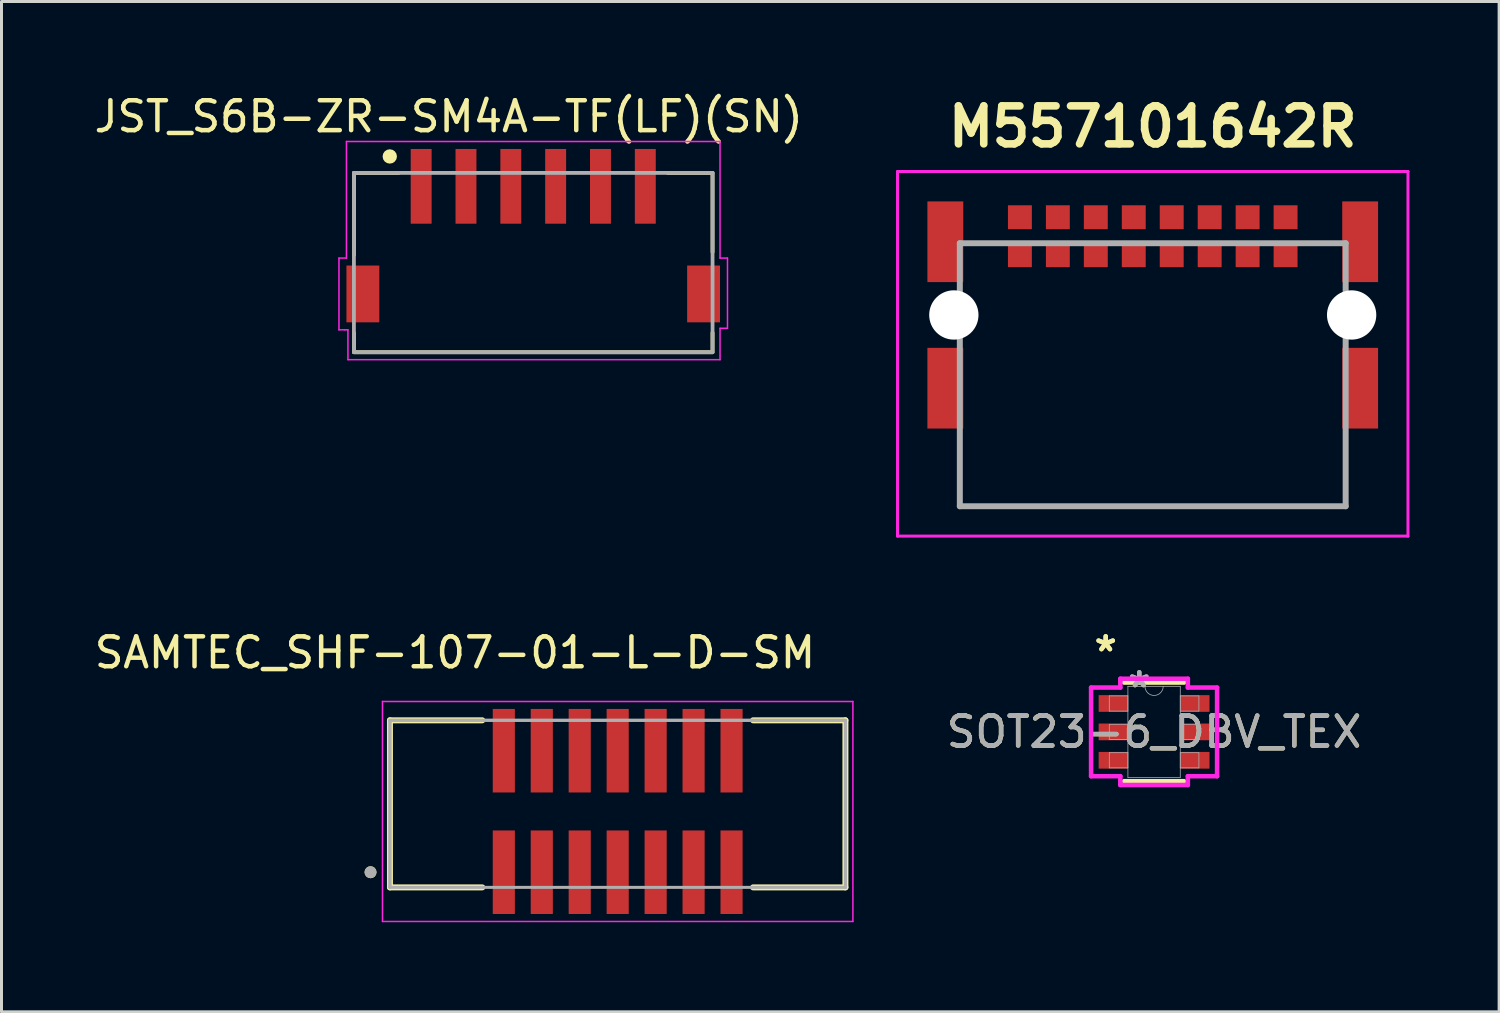
<source format=kicad_pcb>
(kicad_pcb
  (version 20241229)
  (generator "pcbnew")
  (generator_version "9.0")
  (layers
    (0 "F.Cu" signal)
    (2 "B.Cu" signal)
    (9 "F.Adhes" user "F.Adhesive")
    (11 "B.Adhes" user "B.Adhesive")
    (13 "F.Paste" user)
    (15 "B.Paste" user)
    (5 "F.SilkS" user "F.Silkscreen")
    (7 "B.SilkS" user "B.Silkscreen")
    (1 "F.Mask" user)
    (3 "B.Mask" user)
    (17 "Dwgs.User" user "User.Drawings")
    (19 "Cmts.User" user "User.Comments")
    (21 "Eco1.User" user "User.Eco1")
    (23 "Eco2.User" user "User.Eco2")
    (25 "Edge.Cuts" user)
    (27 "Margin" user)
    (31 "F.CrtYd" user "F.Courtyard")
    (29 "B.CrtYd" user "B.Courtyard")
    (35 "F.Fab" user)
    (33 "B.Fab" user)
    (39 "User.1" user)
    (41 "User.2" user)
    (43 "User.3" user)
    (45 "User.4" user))
  (footprint "M557101642R"
    (layer "F.Cu")
    (at 35.521 13.889)
    (property "Reference" "M557101642R" (at 0 -12.7 0) (layer "F.SilkS") (effects (font (size 1.27 1.27) (thickness 0.254))))
    (attr through_hole)
    (fp_line (start -6.455 -2) (end -6.455 0) (stroke (width 0.1) (type solid)) (layer "F.SilkS"))
    (fp_line (start -6.455 0) (end 6.455 0) (stroke (width 0.1) (type solid)) (layer "F.SilkS"))
    (fp_line (start 6.455 0) (end 6.455 -2) (stroke (width 0.1) (type solid)) (layer "F.SilkS"))
    (fp_line (start -8.54 -11.2) (end 8.54 -11.2) (stroke (width 0.1) (type solid)) (layer "F.CrtYd"))
    (fp_line (start -8.54 1) (end -8.54 -11.2) (stroke (width 0.1) (type solid)) (layer "F.CrtYd"))
    (fp_line (start 8.54 -11.2) (end 8.54 1) (stroke (width 0.1) (type solid)) (layer "F.CrtYd"))
    (fp_line (start 8.54 1) (end -8.54 1) (stroke (width 0.1) (type solid)) (layer "F.CrtYd"))
    (fp_line (start -6.455 -8.8) (end 6.455 -8.8) (stroke (width 0.2) (type solid)) (layer "F.Fab"))
    (fp_line (start -6.455 0) (end -6.455 -8.8) (stroke (width 0.2) (type solid)) (layer "F.Fab"))
    (fp_line (start 6.455 -8.8) (end 6.455 0) (stroke (width 0.2) (type solid)) (layer "F.Fab"))
    (fp_line (start 6.455 0) (end -6.455 0) (stroke (width 0.2) (type solid)) (layer "F.Fab"))
    (pad "" np_thru_hole circle (at -6.655 -6.4) (size 1.65 1.65) (drill 1.65) (layers "*.Cu" "*.Mask"))
    (pad "" np_thru_hole circle (at 6.655 -6.4) (size 1.65 1.65) (drill 1.65) (layers "*.Cu" "*.Mask"))
    (pad "A1" smd rect (at 4.445 -8.4 90) (size 0.8 0.8) (layers "F.Cu" "F.Mask" "F.Paste"))
    (pad "A2" smd rect (at 3.175 -8.4 90) (size 0.8 0.8) (layers "F.Cu" "F.Mask" "F.Paste"))
    (pad "A3" smd rect (at 1.905 -8.4 90) (size 0.8 0.8) (layers "F.Cu" "F.Mask" "F.Paste"))
    (pad "A4" smd rect (at 0.635 -8.4 90) (size 0.8 0.8) (layers "F.Cu" "F.Mask" "F.Paste"))
    (pad "A5" smd rect (at -0.635 -8.4 90) (size 0.8 0.8) (layers "F.Cu" "F.Mask" "F.Paste"))
    (pad "A6" smd rect (at -1.905 -8.4 90) (size 0.8 0.8) (layers "F.Cu" "F.Mask" "F.Paste"))
    (pad "A7" smd rect (at -3.175 -8.4 90) (size 0.8 0.8) (layers "F.Cu" "F.Mask" "F.Paste"))
    (pad "A8" smd rect (at -4.445 -8.4 90) (size 0.8 0.8) (layers "F.Cu" "F.Mask" "F.Paste"))
    (pad "B1" smd rect (at 4.445 -9.67 90) (size 0.8 0.8) (layers "F.Cu" "F.Mask" "F.Paste"))
    (pad "B2" smd rect (at 3.175 -9.67 90) (size 0.8 0.8) (layers "F.Cu" "F.Mask" "F.Paste"))
    (pad "B3" smd rect (at 1.905 -9.67 90) (size 0.8 0.8) (layers "F.Cu" "F.Mask" "F.Paste"))
    (pad "B4" smd rect (at 0.635 -9.67 90) (size 0.8 0.8) (layers "F.Cu" "F.Mask" "F.Paste"))
    (pad "B5" smd rect (at -0.635 -9.67 90) (size 0.8 0.8) (layers "F.Cu" "F.Mask" "F.Paste"))
    (pad "B6" smd rect (at -1.905 -9.67 90) (size 0.8 0.8) (layers "F.Cu" "F.Mask" "F.Paste"))
    (pad "B7" smd rect (at -3.175 -9.67 90) (size 0.8 0.8) (layers "F.Cu" "F.Mask" "F.Paste"))
    (pad "B8" smd rect (at -4.445 -9.67 90) (size 0.8 0.8) (layers "F.Cu" "F.Mask" "F.Paste"))
    (pad "MP1" smd rect (at -6.94 -8.85) (size 1.2 2.7) (layers "F.Cu" "F.Mask" "F.Paste"))
    (pad "MP2" smd rect (at -6.94 -3.95) (size 1.2 2.7) (layers "F.Cu" "F.Mask" "F.Paste"))
    (pad "MP3" smd rect (at 6.94 -3.95) (size 1.2 2.7) (layers "F.Cu" "F.Mask" "F.Paste"))
    (pad "MP4" smd rect (at 6.94 -8.85) (size 1.2 2.7) (layers "F.Cu" "F.Mask" "F.Paste")))
  (footprint "SAMTEC_SHF-107-01-L-D-SM"
    (layer "F.Cu")
    (at 17.618 24.102)
    (property "Reference" "SAMTEC_SHF-107-01-L-D-SM" (at -5.445 -5.315 0) (layer "F.SilkS") (effects (font (size 1 1) (thickness 0.15))))
    (attr smd)
    (fp_line (start -7.62 -3.05) (end -4.53 -3.05) (stroke (width 0.2) (type solid)) (layer "F.SilkS"))
    (fp_line (start -7.62 2.54) (end -7.62 -3.05) (stroke (width 0.2) (type solid)) (layer "F.SilkS"))
    (fp_line (start -4.53 2.54) (end -7.62 2.54) (stroke (width 0.2) (type solid)) (layer "F.SilkS"))
    (fp_line (start 4.53 -3.05) (end 7.62 -3.05) (stroke (width 0.2) (type solid)) (layer "F.SilkS"))
    (fp_line (start 4.53 2.54) (end 7.62 2.54) (stroke (width 0.2) (type solid)) (layer "F.SilkS"))
    (fp_line (start 7.62 -3.05) (end 7.62 2.54) (stroke (width 0.2) (type solid)) (layer "F.SilkS"))
    (fp_circle (center -8.27 2.033) (end -8.17 2.033) (stroke (width 0.2) (type solid)) (fill no) (layer "F.SilkS"))
    (fp_line (start -7.87 -3.68) (end 7.87 -3.68) (stroke (width 0.05) (type solid)) (layer "F.CrtYd"))
    (fp_line (start -7.87 3.68) (end -7.87 -3.68) (stroke (width 0.05) (type solid)) (layer "F.CrtYd"))
    (fp_line (start 7.87 -3.68) (end 7.87 3.68) (stroke (width 0.05) (type solid)) (layer "F.CrtYd"))
    (fp_line (start 7.87 3.68) (end -7.87 3.68) (stroke (width 0.05) (type solid)) (layer "F.CrtYd"))
    (fp_line (start -7.62 -3.05) (end 7.62 -3.05) (stroke (width 0.1) (type solid)) (layer "F.Fab"))
    (fp_line (start -7.62 -3.05) (end 7.62 -3.05) (stroke (width 0.1) (type solid)) (layer "F.Fab"))
    (fp_line (start -7.62 2.54) (end -7.62 -3.05) (stroke (width 0.1) (type solid)) (layer "F.Fab"))
    (fp_line (start -7.62 2.54) (end -7.62 -3.05) (stroke (width 0.1) (type solid)) (layer "F.Fab"))
    (fp_line (start 7.62 -3.05) (end 7.62 2.54) (stroke (width 0.1) (type solid)) (layer "F.Fab"))
    (fp_line (start 7.62 -3.05) (end 7.62 2.54) (stroke (width 0.1) (type solid)) (layer "F.Fab"))
    (fp_line (start 7.62 2.54) (end -7.62 2.54) (stroke (width 0.1) (type solid)) (layer "F.Fab"))
    (fp_circle (center -8.27 2.033) (end -8.17 2.033) (stroke (width 0.2) (type solid)) (fill no) (layer "F.Fab"))
    (pad "01" smd rect (at -3.81 2.033) (size 0.74 2.795) (layers "F.Cu" "F.Mask" "F.Paste"))
    (pad "02" smd rect (at -3.81 -2.033) (size 0.74 2.795) (layers "F.Cu" "F.Mask" "F.Paste"))
    (pad "03" smd rect (at -2.54 2.033) (size 0.74 2.795) (layers "F.Cu" "F.Mask" "F.Paste"))
    (pad "04" smd rect (at -2.54 -2.033) (size 0.74 2.795) (layers "F.Cu" "F.Mask" "F.Paste"))
    (pad "05" smd rect (at -1.27 2.033) (size 0.74 2.795) (layers "F.Cu" "F.Mask" "F.Paste"))
    (pad "06" smd rect (at -1.27 -2.033) (size 0.74 2.795) (layers "F.Cu" "F.Mask" "F.Paste"))
    (pad "07" smd rect (at 0 2.033) (size 0.74 2.795) (layers "F.Cu" "F.Mask" "F.Paste"))
    (pad "08" smd rect (at 0 -2.033) (size 0.74 2.795) (layers "F.Cu" "F.Mask" "F.Paste"))
    (pad "09" smd rect (at 1.27 2.033) (size 0.74 2.795) (layers "F.Cu" "F.Mask" "F.Paste"))
    (pad "10" smd rect (at 1.27 -2.033) (size 0.74 2.795) (layers "F.Cu" "F.Mask" "F.Paste"))
    (pad "11" smd rect (at 2.54 2.033) (size 0.74 2.795) (layers "F.Cu" "F.Mask" "F.Paste"))
    (pad "12" smd rect (at 2.54 -2.033) (size 0.74 2.795) (layers "F.Cu" "F.Mask" "F.Paste"))
    (pad "13" smd rect (at 3.81 2.033) (size 0.74 2.795) (layers "F.Cu" "F.Mask" "F.Paste"))
    (pad "14" smd rect (at 3.81 -2.033) (size 0.74 2.795) (layers "F.Cu" "F.Mask" "F.Paste")))
  (footprint "SOT23-6_DBV_TEX"
    (layer "F.Cu")
    (at 35.566 21.439)
    (property "Reference" "SOT23-6_DBV_TEX" (at 0 0 0) (unlocked yes) (layer "F.SilkS") (effects (font (size 1 1) (thickness 0.15))))
    (attr smd)
    (fp_line (start -1.003 1.651) (end 1.003 1.651) (stroke (width 0.152) (type solid)) (layer "F.SilkS"))
    (fp_line (start 1.003 -1.651) (end -1.003 -1.651) (stroke (width 0.152) (type solid)) (layer "F.SilkS"))
    (fp_line (start -2.108 -1.483) (end -1.13 -1.483) (stroke (width 0.152) (type solid)) (layer "F.CrtYd"))
    (fp_line (start -2.108 1.483) (end -2.108 -1.483) (stroke (width 0.152) (type solid)) (layer "F.CrtYd"))
    (fp_line (start -2.108 1.483) (end -1.13 1.483) (stroke (width 0.152) (type solid)) (layer "F.CrtYd"))
    (fp_line (start -1.13 -1.778) (end 1.13 -1.778) (stroke (width 0.152) (type solid)) (layer "F.CrtYd"))
    (fp_line (start -1.13 -1.483) (end -1.13 -1.778) (stroke (width 0.152) (type solid)) (layer "F.CrtYd"))
    (fp_line (start -1.13 1.778) (end -1.13 1.483) (stroke (width 0.152) (type solid)) (layer "F.CrtYd"))
    (fp_line (start 1.13 -1.778) (end 1.13 -1.483) (stroke (width 0.152) (type solid)) (layer "F.CrtYd"))
    (fp_line (start 1.13 1.483) (end 1.13 1.778) (stroke (width 0.152) (type solid)) (layer "F.CrtYd"))
    (fp_line (start 1.13 1.778) (end -1.13 1.778) (stroke (width 0.152) (type solid)) (layer "F.CrtYd"))
    (fp_line (start 2.108 -1.483) (end 1.13 -1.483) (stroke (width 0.152) (type solid)) (layer "F.CrtYd"))
    (fp_line (start 2.108 -1.483) (end 2.108 1.483) (stroke (width 0.152) (type solid)) (layer "F.CrtYd"))
    (fp_line (start 2.108 1.483) (end 1.13 1.483) (stroke (width 0.152) (type solid)) (layer "F.CrtYd"))
    (fp_line (start -1.499 -1.204) (end -1.499 -0.696) (stroke (width 0.025) (type solid)) (layer "F.Fab"))
    (fp_line (start -1.499 -0.696) (end -0.876 -0.696) (stroke (width 0.025) (type solid)) (layer "F.Fab"))
    (fp_line (start -1.499 -0.254) (end -1.499 0.254) (stroke (width 0.025) (type solid)) (layer "F.Fab"))
    (fp_line (start -1.499 0.254) (end -0.876 0.254) (stroke (width 0.025) (type solid)) (layer "F.Fab"))
    (fp_line (start -1.499 0.696) (end -1.499 1.204) (stroke (width 0.025) (type solid)) (layer "F.Fab"))
    (fp_line (start -1.499 1.204) (end -0.876 1.204) (stroke (width 0.025) (type solid)) (layer "F.Fab"))
    (fp_line (start -0.876 -1.524) (end -0.876 1.524) (stroke (width 0.025) (type solid)) (layer "F.Fab"))
    (fp_line (start -0.876 -1.204) (end -1.499 -1.204) (stroke (width 0.025) (type solid)) (layer "F.Fab"))
    (fp_line (start -0.876 -0.696) (end -0.876 -1.204) (stroke (width 0.025) (type solid)) (layer "F.Fab"))
    (fp_line (start -0.876 -0.254) (end -1.499 -0.254) (stroke (width 0.025) (type solid)) (layer "F.Fab"))
    (fp_line (start -0.876 0.254) (end -0.876 -0.254) (stroke (width 0.025) (type solid)) (layer "F.Fab"))
    (fp_line (start -0.876 0.696) (end -1.499 0.696) (stroke (width 0.025) (type solid)) (layer "F.Fab"))
    (fp_line (start -0.876 1.204) (end -0.876 0.696) (stroke (width 0.025) (type solid)) (layer "F.Fab"))
    (fp_line (start -0.876 1.524) (end 0.876 1.524) (stroke (width 0.025) (type solid)) (layer "F.Fab"))
    (fp_line (start 0.876 -1.524) (end -0.876 -1.524) (stroke (width 0.025) (type solid)) (layer "F.Fab"))
    (fp_line (start 0.876 -1.204) (end 0.876 -0.696) (stroke (width 0.025) (type solid)) (layer "F.Fab"))
    (fp_line (start 0.876 -0.696) (end 1.499 -0.696) (stroke (width 0.025) (type solid)) (layer "F.Fab"))
    (fp_line (start 0.876 -0.254) (end 0.876 0.254) (stroke (width 0.025) (type solid)) (layer "F.Fab"))
    (fp_line (start 0.876 0.254) (end 1.499 0.254) (stroke (width 0.025) (type solid)) (layer "F.Fab"))
    (fp_line (start 0.876 0.696) (end 0.876 1.204) (stroke (width 0.025) (type solid)) (layer "F.Fab"))
    (fp_line (start 0.876 1.204) (end 1.499 1.204) (stroke (width 0.025) (type solid)) (layer "F.Fab"))
    (fp_line (start 0.876 1.524) (end 0.876 -1.524) (stroke (width 0.025) (type solid)) (layer "F.Fab"))
    (fp_line (start 1.499 -1.204) (end 0.876 -1.204) (stroke (width 0.025) (type solid)) (layer "F.Fab"))
    (fp_line (start 1.499 -0.696) (end 1.499 -1.204) (stroke (width 0.025) (type solid)) (layer "F.Fab"))
    (fp_line (start 1.499 -0.254) (end 0.876 -0.254) (stroke (width 0.025) (type solid)) (layer "F.Fab"))
    (fp_line (start 1.499 0.254) (end 1.499 -0.254) (stroke (width 0.025) (type solid)) (layer "F.Fab"))
    (fp_line (start 1.499 0.696) (end 0.876 0.696) (stroke (width 0.025) (type solid)) (layer "F.Fab"))
    (fp_line (start 1.499 1.204) (end 1.499 0.696) (stroke (width 0.025) (type solid)) (layer "F.Fab"))
    (fp_arc (start 0.3048 -1.524) (mid 0 -1.2192) (end -0.3048 -1.524) (stroke (width 0.0254) (type solid)) (layer "F.Fab"))
    (fp_text user "*" (at -1.619 -2.652 0) (layer "F.SilkS") (effects (font (size 1 1) (thickness 0.15))))
    (fp_text user "*" (at -1.619 -2.652 0) (unlocked yes) (layer "F.SilkS") (effects (font (size 1 1) (thickness 0.15))))
    (fp_text user "${REFERENCE}" (at 0 0 0) (unlocked yes) (layer "F.Fab") (effects (font (size 1 1) (thickness 0.15))))
    (fp_text user "*" (at -0.495 -1.448 0) (layer "F.Fab") (effects (font (size 1 1) (thickness 0.15))))
    (fp_text user "*" (at -0.495 -1.448 0) (unlocked yes) (layer "F.Fab") (effects (font (size 1 1) (thickness 0.15))))
    (pad "1" smd rect (at -1.365 -0.95) (size 0.978 0.559) (layers "F.Cu" "F.Mask" "F.Paste"))
    (pad "2" smd rect (at -1.365 0) (size 0.978 0.559) (layers "F.Cu" "F.Mask" "F.Paste"))
    (pad "3" smd rect (at -1.365 0.95) (size 0.978 0.559) (layers "F.Cu" "F.Mask" "F.Paste"))
    (pad "4" smd rect (at 1.365 0.95) (size 0.978 0.559) (layers "F.Cu" "F.Mask" "F.Paste"))
    (pad "5" smd rect (at 1.365 0) (size 0.978 0.559) (layers "F.Cu" "F.Mask" "F.Paste"))
    (pad "6" smd rect (at 1.365 -0.95) (size 0.978 0.559) (layers "F.Cu" "F.Mask" "F.Paste")))
  (footprint "JST_S6B-ZR-SM4A-TF(LF)(SN)"
    (layer "F.Cu")
    (at 14.792 3.185)
    (property "Reference" "JST_S6B-ZR-SM4A-TF(LF)(SN)" (at -2.827 -2.336 0) (layer "F.SilkS") (effects (font (size 1.001 1.001) (thickness 0.15))))
    (attr smd)
    (fp_line (start -6 -0.45) (end -4.5 -0.45) (stroke (width 0.127) (type solid)) (layer "F.SilkS"))
    (fp_line (start -6 -0.4) (end -6 2.3) (stroke (width 0.127) (type solid)) (layer "F.SilkS"))
    (fp_line (start -6 5.5) (end -6 4.9) (stroke (width 0.127) (type solid)) (layer "F.SilkS"))
    (fp_line (start 6 -0.45) (end 4.5 -0.45) (stroke (width 0.127) (type solid)) (layer "F.SilkS"))
    (fp_line (start 6 -0.4) (end 6 2.2) (stroke (width 0.127) (type solid)) (layer "F.SilkS"))
    (fp_line (start 6 5.5) (end 6 4.9) (stroke (width 0.127) (type solid)) (layer "F.SilkS"))
    (fp_line (start 6 5.55) (end -6 5.55) (stroke (width 0.127) (type solid)) (layer "F.SilkS"))
    (fp_circle (center -4.8 -1) (end -4.68 -1) (stroke (width 0.24) (type solid)) (fill no) (layer "F.SilkS"))
    (fp_line (start -6.5 2.4) (end -6.5 4.8) (stroke (width 0.05) (type solid)) (layer "F.CrtYd"))
    (fp_line (start -6.5 4.8) (end -6.3 4.8) (stroke (width 0.05) (type solid)) (layer "F.CrtYd"))
    (fp_line (start -6.3 4.8) (end -6.2 4.8) (stroke (width 0.05) (type solid)) (layer "F.CrtYd"))
    (fp_line (start -6.25 -1.5) (end -6.25 2.4) (stroke (width 0.05) (type solid)) (layer "F.CrtYd"))
    (fp_line (start -6.25 -1.5) (end 6.25 -1.5) (stroke (width 0.05) (type solid)) (layer "F.CrtYd"))
    (fp_line (start -6.25 2.4) (end -6.5 2.4) (stroke (width 0.05) (type solid)) (layer "F.CrtYd"))
    (fp_line (start -6.2 4.8) (end -6.2 5.8) (stroke (width 0.05) (type solid)) (layer "F.CrtYd"))
    (fp_line (start 6.25 -1.5) (end 6.25 2.4) (stroke (width 0.05) (type solid)) (layer "F.CrtYd"))
    (fp_line (start 6.25 2.4) (end 6.5 2.4) (stroke (width 0.05) (type solid)) (layer "F.CrtYd"))
    (fp_line (start 6.25 4.75) (end 6.25 5.8) (stroke (width 0.05) (type solid)) (layer "F.CrtYd"))
    (fp_line (start 6.25 5.8) (end -6.2 5.8) (stroke (width 0.05) (type solid)) (layer "F.CrtYd"))
    (fp_line (start 6.5 2.4) (end 6.5 4.75) (stroke (width 0.05) (type solid)) (layer "F.CrtYd"))
    (fp_line (start 6.5 4.75) (end 6.25 4.75) (stroke (width 0.05) (type solid)) (layer "F.CrtYd"))
    (fp_line (start -6 -0.45) (end 6 -0.45) (stroke (width 0.127) (type solid)) (layer "F.Fab"))
    (fp_line (start -6 5.55) (end -6 -0.45) (stroke (width 0.127) (type solid)) (layer "F.Fab"))
    (fp_line (start 6 -0.45) (end 6 5.55) (stroke (width 0.127) (type solid)) (layer "F.Fab"))
    (fp_line (start 6 5.55) (end -6 5.55) (stroke (width 0.127) (type solid)) (layer "F.Fab"))
    (pad "1" smd rect (at -3.75 0) (size 0.7 2.5) (layers "F.Cu" "F.Mask" "F.Paste"))
    (pad "2" smd rect (at -2.25 0) (size 0.7 2.5) (layers "F.Cu" "F.Mask" "F.Paste"))
    (pad "3" smd rect (at -0.75 0) (size 0.7 2.5) (layers "F.Cu" "F.Mask" "F.Paste"))
    (pad "4" smd rect (at 0.75 0) (size 0.7 2.5) (layers "F.Cu" "F.Mask" "F.Paste"))
    (pad "5" smd rect (at 2.25 0) (size 0.7 2.5) (layers "F.Cu" "F.Mask" "F.Paste"))
    (pad "6" smd rect (at 3.75 0) (size 0.7 2.5) (layers "F.Cu" "F.Mask" "F.Paste"))
    (pad "SH1" smd rect (at -5.7 3.6) (size 1.1 1.9) (layers "F.Cu" "F.Mask" "F.Paste"))
    (pad "SH2" smd rect (at 5.7 3.6) (size 1.1 1.9) (layers "F.Cu" "F.Mask" "F.Paste")))
  (gr_rect
    (start -3 -3)
    (end 47.111 30.807)
    (stroke (width 0.1) (type default))
    (fill no)
    (layer "Edge.Cuts")))
</source>
